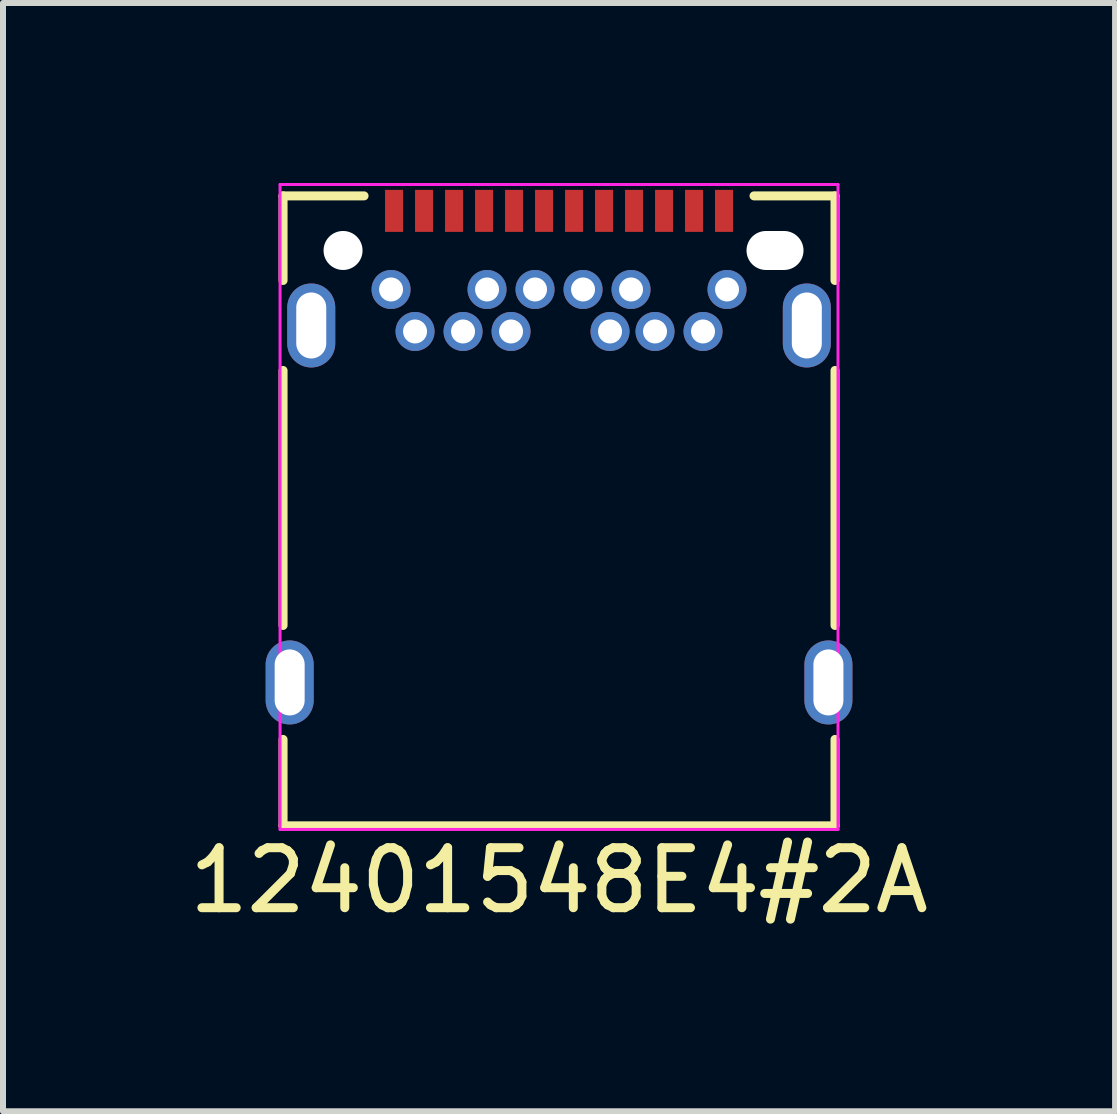
<source format=kicad_pcb>
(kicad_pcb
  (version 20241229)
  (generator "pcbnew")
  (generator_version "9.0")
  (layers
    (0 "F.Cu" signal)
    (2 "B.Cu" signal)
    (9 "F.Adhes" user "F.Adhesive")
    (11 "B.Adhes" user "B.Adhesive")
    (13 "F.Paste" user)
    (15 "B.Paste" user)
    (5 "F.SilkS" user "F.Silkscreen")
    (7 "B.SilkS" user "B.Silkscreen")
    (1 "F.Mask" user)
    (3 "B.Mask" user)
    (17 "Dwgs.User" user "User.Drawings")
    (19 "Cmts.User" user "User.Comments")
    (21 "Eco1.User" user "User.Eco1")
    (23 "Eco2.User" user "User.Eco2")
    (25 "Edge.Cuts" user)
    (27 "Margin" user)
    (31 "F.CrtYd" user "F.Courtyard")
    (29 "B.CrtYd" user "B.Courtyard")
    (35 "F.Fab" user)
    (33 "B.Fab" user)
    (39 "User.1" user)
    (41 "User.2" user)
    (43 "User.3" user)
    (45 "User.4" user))
  (footprint "12401548E4#2A"
    (layer "F.Cu")
    (at 6.268 1.125)
    (property "Reference" "12401548E4#2A" (at 0 10.5 0) (layer "F.SilkS") (effects (font (size 1 1) (thickness 0.15))))
    (attr through_hole)
    (fp_line (start -4.6 -0.91) (end -4.6 0.5) (stroke (width 0.15) (type solid)) (layer "F.SilkS"))
    (fp_line (start -4.6 -0.91) (end -3.25 -0.91) (stroke (width 0.15) (type solid)) (layer "F.SilkS"))
    (fp_line (start -4.6 2) (end -4.6 6.25) (stroke (width 0.15) (type solid)) (layer "F.SilkS"))
    (fp_line (start -4.6 8.15) (end -4.6 9.59) (stroke (width 0.15) (type solid)) (layer "F.SilkS"))
    (fp_line (start -4.6 9.59) (end 4.6 9.59) (stroke (width 0.15) (type solid)) (layer "F.SilkS"))
    (fp_line (start 4.6 -0.91) (end 3.25 -0.91) (stroke (width 0.15) (type solid)) (layer "F.SilkS"))
    (fp_line (start 4.6 0.5) (end 4.6 -0.91) (stroke (width 0.15) (type solid)) (layer "F.SilkS"))
    (fp_line (start 4.6 2) (end 4.6 6.25) (stroke (width 0.15) (type solid)) (layer "F.SilkS"))
    (fp_line (start 4.6 8.15) (end 4.6 9.59) (stroke (width 0.15) (type solid)) (layer "F.SilkS"))
    (fp_line (start -4.65 -1.1) (end 4.65 -1.1) (stroke (width 0.05) (type solid)) (layer "F.CrtYd"))
    (fp_line (start -4.65 9.65) (end -4.65 -1.1) (stroke (width 0.05) (type solid)) (layer "F.CrtYd"))
    (fp_line (start 4.65 -1.1) (end 4.65 9.65) (stroke (width 0.05) (type solid)) (layer "F.CrtYd"))
    (fp_line (start 4.65 9.65) (end -4.65 9.65) (stroke (width 0.05) (type solid)) (layer "F.CrtYd"))
    (pad "" np_thru_hole circle (at -3.6 0) (size 0.65 0.65) (drill 0.65) (layers "*.Cu" "*.Mask"))
    (pad "" np_thru_hole oval (at 3.6 0) (size 0.95 0.65) (drill oval 0.95 0.65) (layers "*.Cu" "*.Mask"))
    (pad "A1" smd rect (at -2.75 -0.66) (size 0.3 0.7) (layers "F.Cu" "F.Mask" "F.Paste"))
    (pad "A2" smd rect (at -2.25 -0.66) (size 0.3 0.7) (layers "F.Cu" "F.Mask" "F.Paste"))
    (pad "A3" smd rect (at -1.75 -0.66) (size 0.3 0.7) (layers "F.Cu" "F.Mask" "F.Paste"))
    (pad "A4" smd rect (at -1.25 -0.66) (size 0.3 0.7) (layers "F.Cu" "F.Mask" "F.Paste"))
    (pad "A5" smd rect (at -0.75 -0.66) (size 0.3 0.7) (layers "F.Cu" "F.Mask" "F.Paste"))
    (pad "A6" smd rect (at -0.25 -0.66) (size 0.3 0.7) (layers "F.Cu" "F.Mask" "F.Paste"))
    (pad "A7" smd rect (at 0.25 -0.66) (size 0.3 0.7) (layers "F.Cu" "F.Mask" "F.Paste"))
    (pad "A8" smd rect (at 0.75 -0.66) (size 0.3 0.7) (layers "F.Cu" "F.Mask" "F.Paste"))
    (pad "A9" smd rect (at 1.25 -0.66) (size 0.3 0.7) (layers "F.Cu" "F.Mask" "F.Paste"))
    (pad "A10" smd rect (at 1.75 -0.66) (size 0.3 0.7) (layers "F.Cu" "F.Mask" "F.Paste"))
    (pad "A11" smd rect (at 2.25 -0.66) (size 0.3 0.7) (layers "F.Cu" "F.Mask" "F.Paste"))
    (pad "A12" smd rect (at 2.75 -0.66) (size 0.3 0.7) (layers "F.Cu" "F.Mask" "F.Paste"))
    (pad "B1" thru_hole circle (at 2.8 0.65) (size 0.65 0.65) (drill 0.4) (layers "*.Cu" "*.Mask"))
    (pad "B2" thru_hole circle (at 2.4 1.35) (size 0.65 0.65) (drill 0.4) (layers "*.Cu" "*.Mask"))
    (pad "B3" thru_hole circle (at 1.6 1.35) (size 0.65 0.65) (drill 0.4) (layers "*.Cu" "*.Mask"))
    (pad "B4" thru_hole circle (at 1.2 0.65) (size 0.65 0.65) (drill 0.4) (layers "*.Cu" "*.Mask"))
    (pad "B5" thru_hole circle (at 0.85 1.35) (size 0.65 0.65) (drill 0.4) (layers "*.Cu" "*.Mask"))
    (pad "B6" thru_hole circle (at 0.4 0.65) (size 0.65 0.65) (drill 0.4) (layers "*.Cu" "*.Mask"))
    (pad "B7" thru_hole circle (at -0.4 0.65) (size 0.65 0.65) (drill 0.4) (layers "*.Cu" "*.Mask"))
    (pad "B8" thru_hole circle (at -0.8 1.35) (size 0.65 0.65) (drill 0.4) (layers "*.Cu" "*.Mask"))
    (pad "B9" thru_hole circle (at -1.2 0.65) (size 0.65 0.65) (drill 0.4) (layers "*.Cu" "*.Mask"))
    (pad "B10" thru_hole circle (at -1.6 1.35) (size 0.65 0.65) (drill 0.4) (layers "*.Cu" "*.Mask"))
    (pad "B11" thru_hole circle (at -2.4 1.35) (size 0.65 0.65) (drill 0.4) (layers "*.Cu" "*.Mask"))
    (pad "B12" thru_hole circle (at -2.8 0.65) (size 0.65 0.65) (drill 0.4) (layers "*.Cu" "*.Mask"))
    (pad "F1" thru_hole oval (at -4.13 1.25) (size 0.8 1.4) (drill oval 0.5 1.1) (layers "*.Cu" "*.Mask"))
    (pad "F2" thru_hole oval (at 4.13 1.25) (size 0.8 1.4) (drill oval 0.5 1.1) (layers "*.Cu" "*.Mask"))
    (pad "F3" thru_hole oval (at -4.49 7.2) (size 0.8 1.4) (drill oval 0.5 1.1) (layers "*.Cu" "*.Mask"))
    (pad "F4" thru_hole oval (at 4.49 7.2) (size 0.8 1.4) (drill oval 0.5 1.1) (layers "*.Cu" "*.Mask")))
  (gr_rect
    (start -3 -3)
    (end 15.536 15.473)
    (stroke (width 0.1) (type default))
    (fill no)
    (layer "Edge.Cuts")))
</source>
